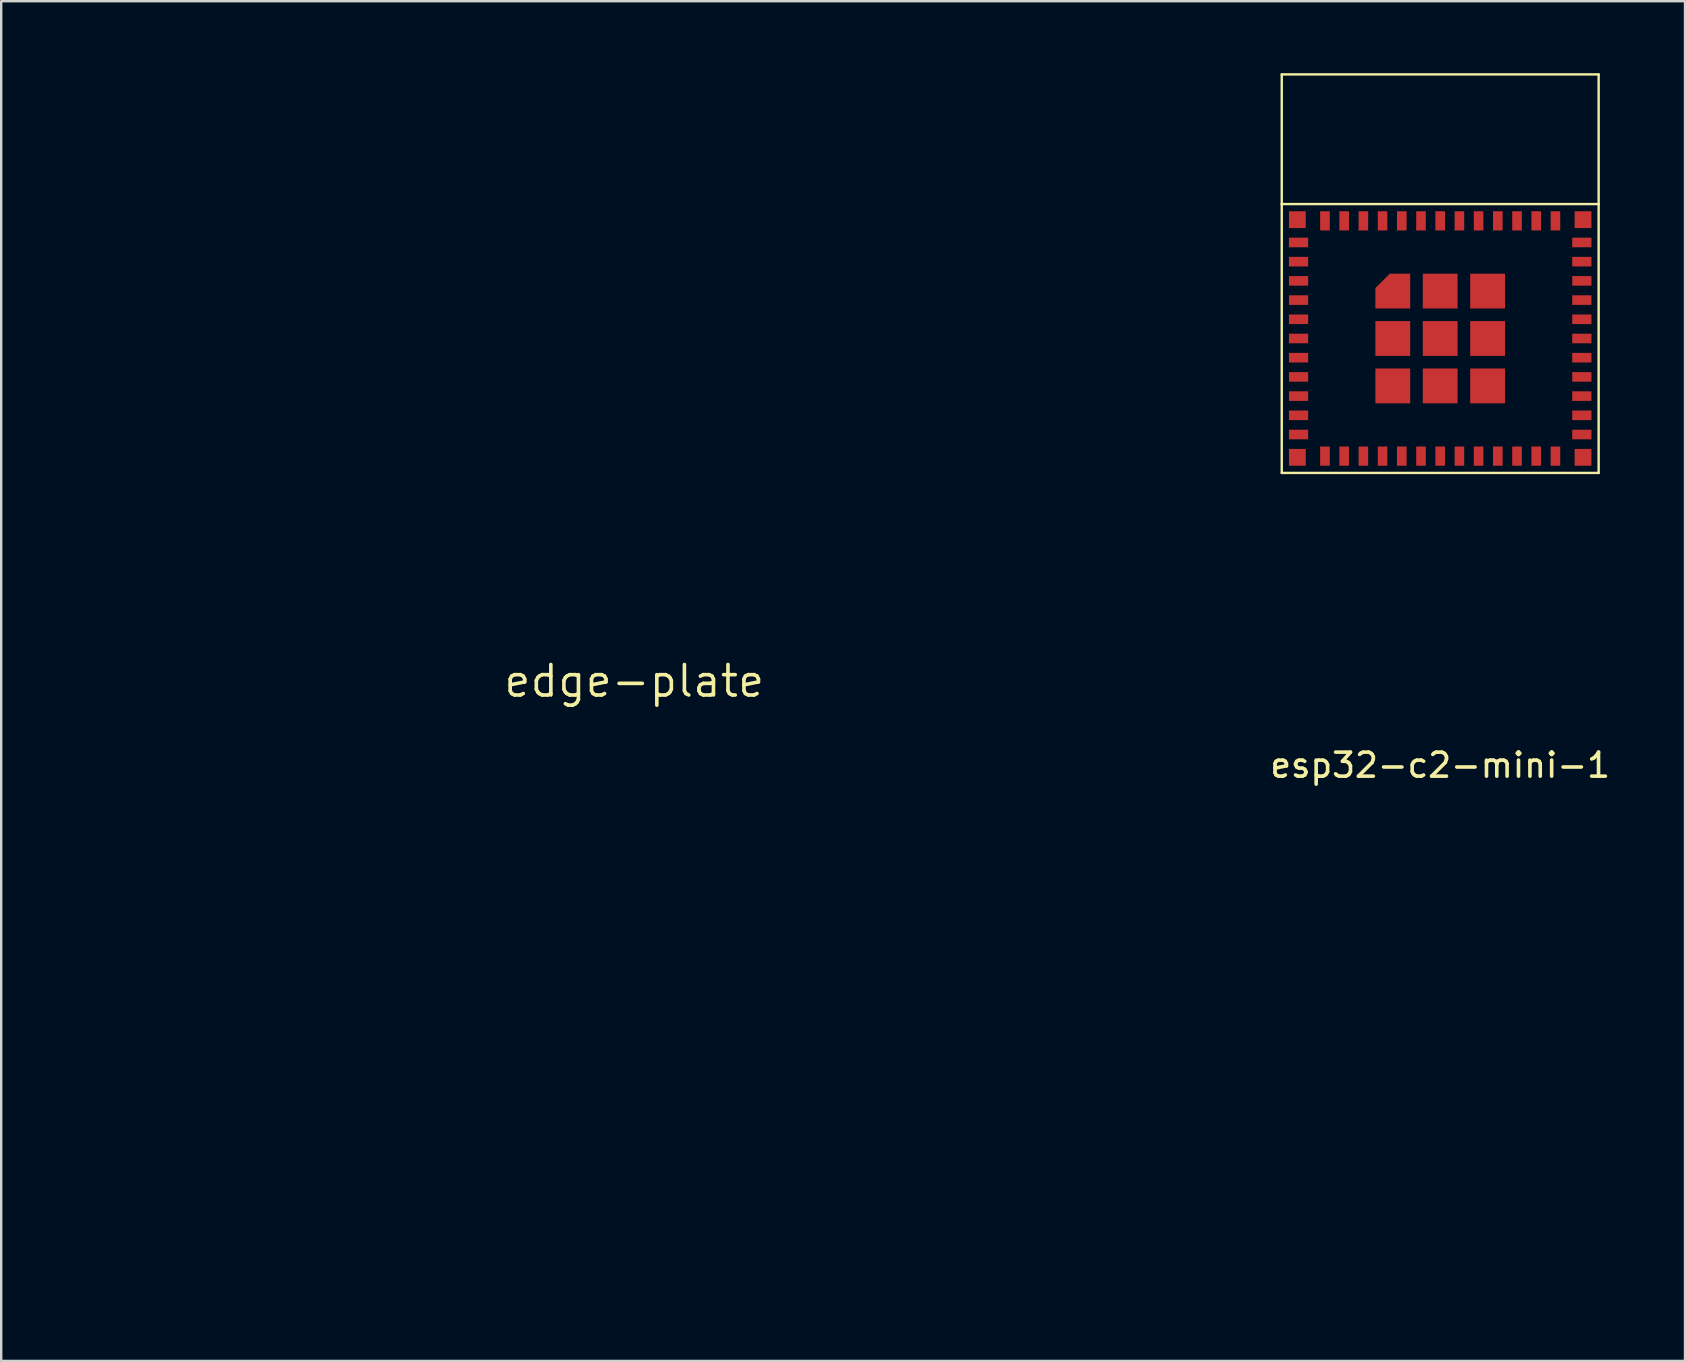
<source format=kicad_pcb>
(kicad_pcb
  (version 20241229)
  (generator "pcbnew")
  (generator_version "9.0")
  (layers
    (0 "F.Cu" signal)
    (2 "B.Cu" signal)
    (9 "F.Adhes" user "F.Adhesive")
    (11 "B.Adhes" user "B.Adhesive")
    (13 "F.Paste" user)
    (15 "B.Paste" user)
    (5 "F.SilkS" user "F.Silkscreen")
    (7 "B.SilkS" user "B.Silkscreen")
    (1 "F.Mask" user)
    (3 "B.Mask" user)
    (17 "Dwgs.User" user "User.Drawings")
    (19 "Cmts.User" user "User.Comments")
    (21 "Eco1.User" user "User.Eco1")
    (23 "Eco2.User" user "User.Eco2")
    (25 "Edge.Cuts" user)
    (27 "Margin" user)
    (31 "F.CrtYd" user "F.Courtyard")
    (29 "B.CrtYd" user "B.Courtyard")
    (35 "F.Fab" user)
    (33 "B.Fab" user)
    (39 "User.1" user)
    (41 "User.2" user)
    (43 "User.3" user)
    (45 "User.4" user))
  (footprint "edge-plate"
    (layer "F.Cu")
    (at 23.373 25.32)
    (property "Reference" "edge-plate" (at 0 0 0) (layer "F.SilkS") (effects (font (size 1.27 1.27) (thickness 0.15))))
    (attr through_hole)
    (fp_poly (pts (xy 23.368 25.315) (xy 12.869 25.315) (xy 12.869 21.759) (xy 15.517 21.759) (xy 15.908 21.367) (xy 16.298 20.975) (xy 16.298 14.817) (xy 17.018 14.817) (xy 17.018 2.673) (xy 17.018 1.454) (xy 17.018 0.317) (xy 17.018 -0.742) (xy 17.018 -1.724) (xy 17.018 -2.634) (xy 17.018 -3.475) (xy 17.017 -4.248) (xy 17.017 -4.958) (xy 17.015 -5.607) (xy 17.014 -6.198) (xy 17.012 -6.735) (xy 17.009 -7.22) (xy 17.006 -7.656) (xy 17.002 -8.046) (xy 16.997 -8.394) (xy 16.991 -8.701) (xy 16.985 -8.972) (xy 16.978 -9.209) (xy 16.969 -9.416) (xy 16.96 -9.594) (xy 16.949 -9.748) (xy 16.938 -9.879) (xy 16.925 -9.992) (xy 16.911 -10.089) (xy 16.895 -10.174) (xy 16.878 -10.248) (xy 16.86 -10.315) (xy 16.84 -10.379) (xy 16.818 -10.442) (xy 16.795 -10.506) (xy 16.77 -10.576) (xy 16.744 -10.652) (xy 16.663 -10.873) (xy 16.557 -11.131) (xy 16.442 -11.391) (xy 16.359 -11.563) (xy 16.06 -12.116) (xy 15.735 -12.625) (xy 15.375 -13.098) (xy 14.973 -13.545) (xy 14.518 -13.977) (xy 14.002 -14.402) (xy 13.416 -14.83) (xy 13.145 -15.014) (xy 12.101 -15.661) (xy 10.998 -16.25) (xy 9.837 -16.781) (xy 8.622 -17.252) (xy 7.357 -17.663) (xy 6.042 -18.012) (xy 4.683 -18.299) (xy 3.281 -18.522) (xy 2.215 -18.646) (xy 0.777 -18.753) (xy -0.628 -18.786) (xy -1.997 -18.747) (xy -3.33 -18.634) (xy -4.623 -18.448) (xy -5.874 -18.189) (xy -5.99 -18.161) (xy -6.92 -17.907) (xy -7.845 -17.607) (xy -8.757 -17.264) (xy -9.65 -16.883) (xy -10.516 -16.467) (xy -11.349 -16.022) (xy -12.14 -15.55) (xy -12.882 -15.056) (xy -13.569 -14.544) (xy -14.192 -14.018) (xy -14.746 -13.483) (xy -15.212 -12.954) (xy -15.588 -12.456) (xy -15.935 -11.939) (xy -16.246 -11.415) (xy -16.513 -10.897) (xy -16.73 -10.399) (xy -16.89 -9.934) (xy -16.935 -9.762) (xy -16.943 -9.726) (xy -16.951 -9.688) (xy -16.958 -9.645) (xy -16.965 -9.593) (xy -16.971 -9.529) (xy -16.976 -9.451) (xy -16.981 -9.356) (xy -16.986 -9.24) (xy -16.99 -9.101) (xy -16.994 -8.936) (xy -16.997 -8.741) (xy -17.001 -8.514) (xy -17.003 -8.251) (xy -17.006 -7.951) (xy -17.008 -7.609) (xy -17.01 -7.223) (xy -17.011 -6.79) (xy -17.013 -6.307) (xy -17.014 -5.77) (xy -17.015 -5.178) (xy -17.016 -4.527) (xy -17.016 -3.813) (xy -17.017 -3.035) (xy -17.017 -2.189) (xy -17.017 -1.271) (xy -17.018 -0.28) (xy -17.018 0.788) (xy -17.018 1.936) (xy -17.018 2.699) (xy -17.018 14.817) (xy -16.298 14.817) (xy -16.298 20.978) (xy -15.514 21.759) (xy -12.869 21.759) (xy -12.869 25.315) (xy -23.368 25.315) (xy -23.368 -25.315) (xy 23.368 -25.315) (xy 23.368 25.315)) (stroke (width 0.01) (type solid)) (fill yes) (layer "F.Mask"))
    (fp_poly (pts (xy 23.368 25.315) (xy 12.869 25.315) (xy 12.869 21.759) (xy 15.517 21.759) (xy 15.908 21.367) (xy 16.298 20.975) (xy 16.298 14.817) (xy 17.018 14.817) (xy 17.018 2.673) (xy 17.018 1.454) (xy 17.018 0.317) (xy 17.018 -0.742) (xy 17.018 -1.724) (xy 17.018 -2.634) (xy 17.018 -3.475) (xy 17.017 -4.248) (xy 17.017 -4.958) (xy 17.015 -5.607) (xy 17.014 -6.198) (xy 17.012 -6.735) (xy 17.009 -7.22) (xy 17.006 -7.656) (xy 17.002 -8.046) (xy 16.997 -8.394) (xy 16.991 -8.701) (xy 16.985 -8.972) (xy 16.978 -9.209) (xy 16.969 -9.416) (xy 16.96 -9.594) (xy 16.949 -9.748) (xy 16.938 -9.879) (xy 16.925 -9.992) (xy 16.911 -10.089) (xy 16.895 -10.174) (xy 16.878 -10.248) (xy 16.86 -10.315) (xy 16.84 -10.379) (xy 16.818 -10.442) (xy 16.795 -10.506) (xy 16.77 -10.576) (xy 16.744 -10.652) (xy 16.663 -10.873) (xy 16.557 -11.131) (xy 16.442 -11.391) (xy 16.359 -11.563) (xy 16.06 -12.116) (xy 15.735 -12.625) (xy 15.375 -13.098) (xy 14.973 -13.545) (xy 14.518 -13.977) (xy 14.002 -14.402) (xy 13.416 -14.83) (xy 13.145 -15.014) (xy 12.101 -15.661) (xy 10.998 -16.25) (xy 9.837 -16.781) (xy 8.622 -17.252) (xy 7.357 -17.663) (xy 6.042 -18.012) (xy 4.683 -18.299) (xy 3.281 -18.522) (xy 2.215 -18.646) (xy 0.777 -18.753) (xy -0.628 -18.786) (xy -1.997 -18.747) (xy -3.33 -18.634) (xy -4.623 -18.448) (xy -5.874 -18.189) (xy -5.99 -18.161) (xy -6.914 -17.909) (xy -7.833 -17.611) (xy -8.741 -17.27) (xy -9.63 -16.892) (xy -10.492 -16.479) (xy -11.322 -16.036) (xy -12.11 -15.568) (xy -12.851 -15.078) (xy -13.537 -14.57) (xy -14.16 -14.049) (xy -14.713 -13.519) (xy -15.189 -12.983) (xy -15.212 -12.954) (xy -15.591 -12.452) (xy -15.94 -11.932) (xy -16.251 -11.405) (xy -16.519 -10.886) (xy -16.735 -10.388) (xy -16.893 -9.922) (xy -16.935 -9.762) (xy -16.943 -9.726) (xy -16.951 -9.688) (xy -16.958 -9.645) (xy -16.965 -9.593) (xy -16.971 -9.529) (xy -16.976 -9.451) (xy -16.981 -9.356) (xy -16.986 -9.24) (xy -16.99 -9.101) (xy -16.994 -8.936) (xy -16.997 -8.741) (xy -17.001 -8.514) (xy -17.003 -8.251) (xy -17.006 -7.951) (xy -17.008 -7.609) (xy -17.01 -7.223) (xy -17.011 -6.79) (xy -17.013 -6.307) (xy -17.014 -5.77) (xy -17.015 -5.178) (xy -17.016 -4.527) (xy -17.016 -3.813) (xy -17.017 -3.035) (xy -17.017 -2.189) (xy -17.017 -1.271) (xy -17.018 -0.28) (xy -17.018 0.788) (xy -17.018 1.936) (xy -17.018 2.699) (xy -17.018 14.817) (xy -16.298 14.817) (xy -16.298 20.978) (xy -15.514 21.759) (xy -12.869 21.759) (xy -12.869 25.315) (xy -23.368 25.315) (xy -23.368 -25.315) (xy 23.368 -25.315) (xy 23.368 25.315)) (stroke (width 0.01) (type solid)) (fill yes) (layer "B.Mask")))
  (footprint "esp32-c2-mini-1"
    (layer "F.Cu")
    (at 56.942 11.05)
    (property "Reference" "esp32-c2-mini-1" (at 0 17.775 0) (layer "F.SilkS") (effects (font (size 1 1) (thickness 0.15))))
    (attr through_hole)
    (fp_line (start -6.6 -11) (end 6.6 -11) (stroke (width 0.1) (type solid)) (layer "F.SilkS"))
    (fp_line (start -6.6 -5.6) (end -6.6 -11) (stroke (width 0.1) (type solid)) (layer "F.SilkS"))
    (fp_line (start -6.6 -5.6) (end 6.6 -5.6) (stroke (width 0.1) (type solid)) (layer "F.SilkS"))
    (fp_line (start -6.6 5.6) (end -6.6 -5.6) (stroke (width 0.1) (type solid)) (layer "F.SilkS"))
    (fp_line (start 6.6 -11) (end 6.6 -5.6) (stroke (width 0.1) (type solid)) (layer "F.SilkS"))
    (fp_line (start 6.6 -5.6) (end 6.6 5.6) (stroke (width 0.1) (type solid)) (layer "F.SilkS"))
    (fp_line (start 6.6 5.6) (end -6.6 5.6) (stroke (width 0.1) (type solid)) (layer "F.SilkS"))
    (pad "1" smd rect (at -5.9 -4) (size 0.8 0.4) (layers "F.Cu" "F.Mask" "F.Paste"))
    (pad "2" smd rect (at -5.9 -3.2) (size 0.8 0.4) (layers "F.Cu" "F.Mask" "F.Paste"))
    (pad "3" smd rect (at -5.9 -2.4) (size 0.8 0.4) (layers "F.Cu" "F.Mask" "F.Paste"))
    (pad "4" smd rect (at -5.9 -1.6) (size 0.8 0.4) (layers "F.Cu" "F.Mask" "F.Paste"))
    (pad "5" smd rect (at -5.9 -0.8) (size 0.8 0.4) (layers "F.Cu" "F.Mask" "F.Paste"))
    (pad "6" smd rect (at -5.9 0) (size 0.8 0.4) (layers "F.Cu" "F.Mask" "F.Paste"))
    (pad "7" smd rect (at -5.9 0.8) (size 0.8 0.4) (layers "F.Cu" "F.Mask" "F.Paste"))
    (pad "8" smd rect (at -5.9 1.6) (size 0.8 0.4) (layers "F.Cu" "F.Mask" "F.Paste"))
    (pad "9" smd rect (at -5.9 2.4) (size 0.8 0.4) (layers "F.Cu" "F.Mask" "F.Paste"))
    (pad "10" smd rect (at -5.9 3.2) (size 0.8 0.4) (layers "F.Cu" "F.Mask" "F.Paste"))
    (pad "11" smd rect (at -5.9 4) (size 0.8 0.4) (layers "F.Cu" "F.Mask" "F.Paste"))
    (pad "12" smd rect (at -4.8 4.9) (size 0.4 0.8) (layers "F.Cu" "F.Mask" "F.Paste"))
    (pad "13" smd rect (at -4 4.9) (size 0.4 0.8) (layers "F.Cu" "F.Mask" "F.Paste"))
    (pad "14" smd rect (at -3.2 4.9) (size 0.4 0.8) (layers "F.Cu" "F.Mask" "F.Paste"))
    (pad "15" smd rect (at -2.4 4.9) (size 0.4 0.8) (layers "F.Cu" "F.Mask" "F.Paste"))
    (pad "16" smd rect (at -1.6 4.9) (size 0.4 0.8) (layers "F.Cu" "F.Mask" "F.Paste"))
    (pad "17" smd rect (at -0.8 4.9) (size 0.4 0.8) (layers "F.Cu" "F.Mask" "F.Paste"))
    (pad "18" smd rect (at 0 4.9) (size 0.4 0.8) (layers "F.Cu" "F.Mask" "F.Paste"))
    (pad "19" smd rect (at 0.8 4.9) (size 0.4 0.8) (layers "F.Cu" "F.Mask" "F.Paste"))
    (pad "20" smd rect (at 1.6 4.9) (size 0.4 0.8) (layers "F.Cu" "F.Mask" "F.Paste"))
    (pad "21" smd rect (at 2.4 4.9) (size 0.4 0.8) (layers "F.Cu" "F.Mask" "F.Paste"))
    (pad "22" smd rect (at 3.2 4.9) (size 0.4 0.8) (layers "F.Cu" "F.Mask" "F.Paste"))
    (pad "23" smd rect (at 4 4.9) (size 0.4 0.8) (layers "F.Cu" "F.Mask" "F.Paste"))
    (pad "24" smd rect (at 4.8 4.9) (size 0.4 0.8) (layers "F.Cu" "F.Mask" "F.Paste"))
    (pad "25" smd rect (at 5.9 4) (size 0.8 0.4) (layers "F.Cu" "F.Mask" "F.Paste"))
    (pad "26" smd rect (at 5.9 3.2) (size 0.8 0.4) (layers "F.Cu" "F.Mask" "F.Paste"))
    (pad "27" smd rect (at 5.9 2.4) (size 0.8 0.4) (layers "F.Cu" "F.Mask" "F.Paste"))
    (pad "28" smd rect (at 5.9 1.6) (size 0.8 0.4) (layers "F.Cu" "F.Mask" "F.Paste"))
    (pad "29" smd rect (at 5.9 0.8) (size 0.8 0.4) (layers "F.Cu" "F.Mask" "F.Paste"))
    (pad "30" smd rect (at 5.9 0) (size 0.8 0.4) (layers "F.Cu" "F.Mask" "F.Paste"))
    (pad "31" smd rect (at 5.9 -0.8) (size 0.8 0.4) (layers "F.Cu" "F.Mask" "F.Paste"))
    (pad "32" smd rect (at 5.9 -1.6) (size 0.8 0.4) (layers "F.Cu" "F.Mask" "F.Paste"))
    (pad "33" smd rect (at 5.9 -2.4) (size 0.8 0.4) (layers "F.Cu" "F.Mask" "F.Paste"))
    (pad "34" smd rect (at 5.9 -3.2) (size 0.8 0.4) (layers "F.Cu" "F.Mask" "F.Paste"))
    (pad "35" smd rect (at 5.9 -4) (size 0.8 0.4) (layers "F.Cu" "F.Mask" "F.Paste"))
    (pad "36" smd rect (at 4.8 -4.9) (size 0.4 0.8) (layers "F.Cu" "F.Mask" "F.Paste"))
    (pad "37" smd rect (at 4 -4.9) (size 0.4 0.8) (layers "F.Cu" "F.Mask" "F.Paste"))
    (pad "38" smd rect (at 3.2 -4.9) (size 0.4 0.8) (layers "F.Cu" "F.Mask" "F.Paste"))
    (pad "39" smd rect (at 2.4 -4.9) (size 0.4 0.8) (layers "F.Cu" "F.Mask" "F.Paste"))
    (pad "40" smd rect (at 1.6 -4.9) (size 0.4 0.8) (layers "F.Cu" "F.Mask" "F.Paste"))
    (pad "41" smd rect (at 0.8 -4.9) (size 0.4 0.8) (layers "F.Cu" "F.Mask" "F.Paste"))
    (pad "42" smd rect (at 0 -4.9) (size 0.4 0.8) (layers "F.Cu" "F.Mask" "F.Paste"))
    (pad "43" smd rect (at -0.8 -4.9) (size 0.4 0.8) (layers "F.Cu" "F.Mask" "F.Paste"))
    (pad "44" smd rect (at -1.6 -4.9) (size 0.4 0.8) (layers "F.Cu" "F.Mask" "F.Paste"))
    (pad "45" smd rect (at -2.4 -4.9) (size 0.4 0.8) (layers "F.Cu" "F.Mask" "F.Paste"))
    (pad "46" smd rect (at -3.2 -4.9) (size 0.4 0.8) (layers "F.Cu" "F.Mask" "F.Paste"))
    (pad "47" smd rect (at -4 -4.9) (size 0.4 0.8) (layers "F.Cu" "F.Mask" "F.Paste"))
    (pad "48" smd rect (at -4.8 -4.9) (size 0.4 0.8) (layers "F.Cu" "F.Mask" "F.Paste"))
    (pad "49" smd rect (at 0 0) (size 1.45 1.45) (layers "F.Cu" "F.Mask" "F.Paste"))
    (pad "50" smd rect (at 5.95 -4.95) (size 0.7 0.7) (layers "F.Cu" "F.Mask" "F.Paste"))
    (pad "51" smd rect (at 5.95 4.95) (size 0.7 0.7) (layers "F.Cu" "F.Mask" "F.Paste"))
    (pad "52" smd rect (at -5.95 4.95) (size 0.7 0.7) (layers "F.Cu" "F.Mask" "F.Paste"))
    (pad "53" smd rect (at -5.95 -4.95) (size 0.7 0.7) (layers "F.Cu" "F.Mask" "F.Paste"))
    (pad "54" smd custom (at -1.975 -1.975) (size 0.8 0.8) (layers "F.Cu" "F.Mask" "F.Paste") (options (anchor rect)) (primitives (gr_poly (pts (xy -0.125 -0.725) (xy 0.725 -0.725) (xy 0.725 0.725) (xy -0.725 0.725) (xy -0.725 -0.125)) (width 0) (fill yes))))
    (pad "55" smd rect (at 0 -1.975) (size 1.45 1.45) (layers "F.Cu" "F.Mask" "F.Paste"))
    (pad "56" smd rect (at 1.975 -1.975) (size 1.45 1.45) (layers "F.Cu" "F.Mask" "F.Paste"))
    (pad "57" smd rect (at -1.975 0) (size 1.45 1.45) (layers "F.Cu" "F.Mask" "F.Paste"))
    (pad "58" smd rect (at 1.975 0) (size 1.45 1.45) (layers "F.Cu" "F.Mask" "F.Paste"))
    (pad "59" smd rect (at -1.975 1.975) (size 1.45 1.45) (layers "F.Cu" "F.Mask" "F.Paste"))
    (pad "60" smd rect (at 0 1.975) (size 1.45 1.45) (layers "F.Cu" "F.Mask" "F.Paste"))
    (pad "61" smd rect (at 1.975 1.975) (size 1.45 1.45) (layers "F.Cu" "F.Mask" "F.Paste")))
  (gr_rect
    (start -3 -3)
    (end 67.139 53.641)
    (stroke (width 0.1) (type default))
    (fill no)
    (layer "Edge.Cuts")))
</source>
